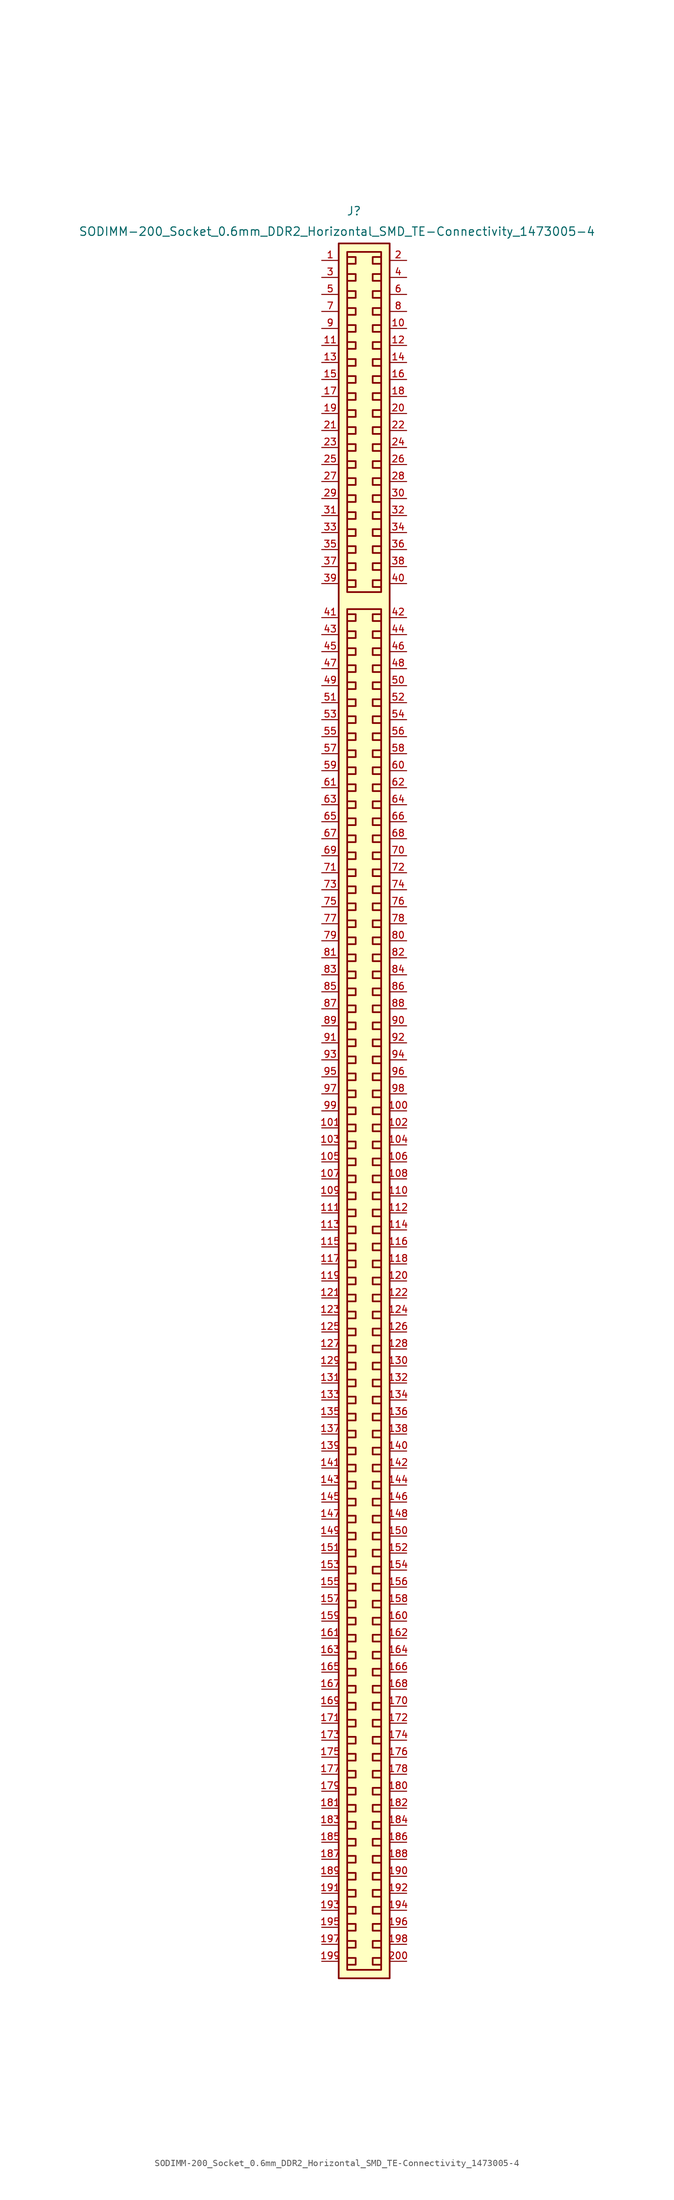
<source format=kicad_sym>
(kicad_symbol_lib
  (version 20241209)
  (generator "kicad_symbol_editor")
  (generator_version "9.0")
  (symbol "SODIMM-200_Socket_0.6mm_DDR2_Horizontal_SMD_TE-Connectivity_1473005-4"
    (pin_names
      (offset 1.27)
      (hide yes))
    (property "Reference" "J"
      (at -5.334 68.326 0)
      (effects (font (size 1.27 1.27))))
    (property "Value" "SODIMM-200_Socket_0.6mm_DDR2_Horizontal_SMD_TE-Connectivity_1473005-4"
      (at -7.874 65.278 0)
      (effects (font (size 1.27 1.27))))
    (symbol "SODIMM-200_Socket_0.6mm_DDR2_Horizontal_SMD_TE-Connectivity_1473005-4_1_1"
      (rectangle (start -6.35 62.23) (end -1.27 11.43) (stroke (width 0.254) (type default)) (fill (type none)))
      (polyline (pts (xy -6.35 61.468) (xy -5.08 61.468) (xy -5.08 60.452) (xy -6.35 60.452)) (stroke (width 0.254) (type default)) (fill (type none)))
      (polyline (pts (xy -6.35 58.928) (xy -5.08 58.928) (xy -5.08 57.912) (xy -6.35 57.912)) (stroke (width 0.254) (type default)) (fill (type none)))
      (polyline (pts (xy -6.35 56.388) (xy -5.08 56.388) (xy -5.08 55.372) (xy -6.35 55.372)) (stroke (width 0.254) (type default)) (fill (type none)))
      (polyline (pts (xy -6.35 53.848) (xy -5.08 53.848) (xy -5.08 52.832) (xy -6.35 52.832)) (stroke (width 0.254) (type default)) (fill (type none)))
      (polyline (pts (xy -6.35 51.308) (xy -5.08 51.308) (xy -5.08 50.292) (xy -6.35 50.292)) (stroke (width 0.254) (type default)) (fill (type none)))
      (polyline (pts (xy -6.35 48.768) (xy -5.08 48.768) (xy -5.08 47.752) (xy -6.35 47.752)) (stroke (width 0.254) (type default)) (fill (type none)))
      (polyline (pts (xy -6.35 46.228) (xy -5.08 46.228) (xy -5.08 45.212) (xy -6.35 45.212)) (stroke (width 0.254) (type default)) (fill (type none)))
      (polyline (pts (xy -6.35 43.688) (xy -5.08 43.688) (xy -5.08 42.672) (xy -6.35 42.672)) (stroke (width 0.254) (type default)) (fill (type none)))
      (polyline (pts (xy -6.35 41.148) (xy -5.08 41.148) (xy -5.08 40.132) (xy -6.35 40.132)) (stroke (width 0.254) (type default)) (fill (type none)))
      (polyline (pts (xy -6.35 38.608) (xy -5.08 38.608) (xy -5.08 37.592) (xy -6.35 37.592)) (stroke (width 0.254) (type default)) (fill (type none)))
      (polyline (pts (xy -6.35 36.068) (xy -5.08 36.068) (xy -5.08 35.052) (xy -6.35 35.052)) (stroke (width 0.254) (type default)) (fill (type none)))
      (polyline (pts (xy -6.35 33.528) (xy -5.08 33.528) (xy -5.08 32.512) (xy -6.35 32.512)) (stroke (width 0.254) (type default)) (fill (type none)))
      (polyline (pts (xy -6.35 30.988) (xy -5.08 30.988) (xy -5.08 29.972) (xy -6.35 29.972)) (stroke (width 0.254) (type default)) (fill (type none)))
      (polyline (pts (xy -6.35 28.448) (xy -5.08 28.448) (xy -5.08 27.432) (xy -6.35 27.432)) (stroke (width 0.254) (type default)) (fill (type none)))
      (polyline (pts (xy -6.35 25.908) (xy -5.08 25.908) (xy -5.08 24.892) (xy -6.35 24.892)) (stroke (width 0.254) (type default)) (fill (type none)))
      (polyline (pts (xy -6.35 23.368) (xy -5.08 23.368) (xy -5.08 22.352) (xy -6.35 22.352)) (stroke (width 0.254) (type default)) (fill (type none)))
      (polyline (pts (xy -6.35 20.828) (xy -5.08 20.828) (xy -5.08 19.812) (xy -6.35 19.812)) (stroke (width 0.254) (type default)) (fill (type none)))
      (polyline (pts (xy -6.35 18.288) (xy -5.08 18.288) (xy -5.08 17.272) (xy -6.35 17.272)) (stroke (width 0.254) (type default)) (fill (type none)))
      (polyline (pts (xy -6.35 15.748) (xy -5.08 15.748) (xy -5.08 14.732) (xy -6.35 14.732)) (stroke (width 0.254) (type default)) (fill (type none)))
      (polyline (pts (xy -6.35 13.208) (xy -5.08 13.208) (xy -5.08 12.192) (xy -6.35 12.192)) (stroke (width 0.254) (type default)) (fill (type none)))
      (rectangle (start -6.35 8.89) (end -1.27 -194.31) (stroke (width 0.254) (type default)) (fill (type none)))
      (polyline (pts (xy -6.35 8.128) (xy -5.08 8.128) (xy -5.08 7.112) (xy -6.35 7.112)) (stroke (width 0.254) (type default)) (fill (type none)))
      (polyline (pts (xy -6.35 5.588) (xy -5.08 5.588) (xy -5.08 4.572) (xy -6.35 4.572)) (stroke (width 0.254) (type default)) (fill (type none)))
      (polyline (pts (xy -6.35 3.048) (xy -5.08 3.048) (xy -5.08 2.032) (xy -6.35 2.032)) (stroke (width 0.254) (type default)) (fill (type none)))
      (polyline (pts (xy -6.35 0.508) (xy -5.08 0.508) (xy -5.08 -0.508) (xy -6.35 -0.508)) (stroke (width 0.254) (type default)) (fill (type none)))
      (polyline (pts (xy -6.35 -2.032) (xy -5.08 -2.032) (xy -5.08 -3.048) (xy -6.35 -3.048)) (stroke (width 0.254) (type default)) (fill (type none)))
      (polyline (pts (xy -6.35 -4.572) (xy -5.08 -4.572) (xy -5.08 -5.588) (xy -6.35 -5.588)) (stroke (width 0.254) (type default)) (fill (type none)))
      (polyline (pts (xy -6.35 -7.112) (xy -5.08 -7.112) (xy -5.08 -8.128) (xy -6.35 -8.128)) (stroke (width 0.254) (type default)) (fill (type none)))
      (polyline (pts (xy -6.35 -9.652) (xy -5.08 -9.652) (xy -5.08 -10.668) (xy -6.35 -10.668)) (stroke (width 0.254) (type default)) (fill (type none)))
      (polyline (pts (xy -6.35 -12.192) (xy -5.08 -12.192) (xy -5.08 -13.208) (xy -6.35 -13.208)) (stroke (width 0.254) (type default)) (fill (type none)))
      (polyline (pts (xy -6.35 -14.732) (xy -5.08 -14.732) (xy -5.08 -15.748) (xy -6.35 -15.748)) (stroke (width 0.254) (type default)) (fill (type none)))
      (polyline (pts (xy -6.35 -17.272) (xy -5.08 -17.272) (xy -5.08 -18.288) (xy -6.35 -18.288)) (stroke (width 0.254) (type default)) (fill (type none)))
      (polyline (pts (xy -6.35 -19.812) (xy -5.08 -19.812) (xy -5.08 -20.828) (xy -6.35 -20.828)) (stroke (width 0.254) (type default)) (fill (type none)))
      (polyline (pts (xy -6.35 -22.352) (xy -5.08 -22.352) (xy -5.08 -23.368) (xy -6.35 -23.368)) (stroke (width 0.254) (type default)) (fill (type none)))
      (polyline (pts (xy -6.35 -24.892) (xy -5.08 -24.892) (xy -5.08 -25.908) (xy -6.35 -25.908)) (stroke (width 0.254) (type default)) (fill (type none)))
      (polyline (pts (xy -6.35 -27.432) (xy -5.08 -27.432) (xy -5.08 -28.448) (xy -6.35 -28.448)) (stroke (width 0.254) (type default)) (fill (type none)))
      (polyline (pts (xy -6.35 -29.972) (xy -5.08 -29.972) (xy -5.08 -30.988) (xy -6.35 -30.988)) (stroke (width 0.254) (type default)) (fill (type none)))
      (polyline (pts (xy -6.35 -32.512) (xy -5.08 -32.512) (xy -5.08 -33.528) (xy -6.35 -33.528)) (stroke (width 0.254) (type default)) (fill (type none)))
      (polyline (pts (xy -6.35 -35.052) (xy -5.08 -35.052) (xy -5.08 -36.068) (xy -6.35 -36.068)) (stroke (width 0.254) (type default)) (fill (type none)))
      (polyline (pts (xy -6.35 -37.592) (xy -5.08 -37.592) (xy -5.08 -38.608) (xy -6.35 -38.608)) (stroke (width 0.254) (type default)) (fill (type none)))
      (polyline (pts (xy -6.35 -40.132) (xy -5.08 -40.132) (xy -5.08 -41.148) (xy -6.35 -41.148)) (stroke (width 0.254) (type default)) (fill (type none)))
      (polyline (pts (xy -6.35 -42.672) (xy -5.08 -42.672) (xy -5.08 -43.688) (xy -6.35 -43.688)) (stroke (width 0.254) (type default)) (fill (type none)))
      (polyline (pts (xy -6.35 -45.212) (xy -5.08 -45.212) (xy -5.08 -46.228) (xy -6.35 -46.228)) (stroke (width 0.254) (type default)) (fill (type none)))
      (polyline (pts (xy -6.35 -47.752) (xy -5.08 -47.752) (xy -5.08 -48.768) (xy -6.35 -48.768)) (stroke (width 0.254) (type default)) (fill (type none)))
      (polyline (pts (xy -6.35 -50.292) (xy -5.08 -50.292) (xy -5.08 -51.308) (xy -6.35 -51.308)) (stroke (width 0.254) (type default)) (fill (type none)))
      (polyline (pts (xy -6.35 -52.832) (xy -5.08 -52.832) (xy -5.08 -53.848) (xy -6.35 -53.848)) (stroke (width 0.254) (type default)) (fill (type none)))
      (polyline (pts (xy -6.35 -55.372) (xy -5.08 -55.372) (xy -5.08 -56.388) (xy -6.35 -56.388)) (stroke (width 0.254) (type default)) (fill (type none)))
      (polyline (pts (xy -6.35 -57.912) (xy -5.08 -57.912) (xy -5.08 -58.928) (xy -6.35 -58.928)) (stroke (width 0.254) (type default)) (fill (type none)))
      (polyline (pts (xy -6.35 -60.452) (xy -5.08 -60.452) (xy -5.08 -61.468) (xy -6.35 -61.468)) (stroke (width 0.254) (type default)) (fill (type none)))
      (polyline (pts (xy -6.35 -62.992) (xy -5.08 -62.992) (xy -5.08 -64.008) (xy -6.35 -64.008)) (stroke (width 0.254) (type default)) (fill (type none)))
      (polyline (pts (xy -6.35 -65.532) (xy -5.08 -65.532) (xy -5.08 -66.548) (xy -6.35 -66.548)) (stroke (width 0.254) (type default)) (fill (type none)))
      (polyline (pts (xy -6.35 -68.072) (xy -5.08 -68.072) (xy -5.08 -69.088) (xy -6.35 -69.088)) (stroke (width 0.254) (type default)) (fill (type none)))
      (polyline (pts (xy -6.35 -70.612) (xy -5.08 -70.612) (xy -5.08 -71.628) (xy -6.35 -71.628)) (stroke (width 0.254) (type default)) (fill (type none)))
      (polyline (pts (xy -6.35 -73.152) (xy -5.08 -73.152) (xy -5.08 -74.168) (xy -6.35 -74.168)) (stroke (width 0.254) (type default)) (fill (type none)))
      (polyline (pts (xy -6.35 -75.692) (xy -5.08 -75.692) (xy -5.08 -76.708) (xy -6.35 -76.708)) (stroke (width 0.254) (type default)) (fill (type none)))
      (polyline (pts (xy -6.35 -78.232) (xy -5.08 -78.232) (xy -5.08 -79.248) (xy -6.35 -79.248)) (stroke (width 0.254) (type default)) (fill (type none)))
      (polyline (pts (xy -6.35 -80.772) (xy -5.08 -80.772) (xy -5.08 -81.788) (xy -6.35 -81.788)) (stroke (width 0.254) (type default)) (fill (type none)))
      (polyline (pts (xy -6.35 -83.312) (xy -5.08 -83.312) (xy -5.08 -84.328) (xy -6.35 -84.328)) (stroke (width 0.254) (type default)) (fill (type none)))
      (polyline (pts (xy -6.35 -85.852) (xy -5.08 -85.852) (xy -5.08 -86.868) (xy -6.35 -86.868)) (stroke (width 0.254) (type default)) (fill (type none)))
      (polyline (pts (xy -6.35 -88.392) (xy -5.08 -88.392) (xy -5.08 -89.408) (xy -6.35 -89.408)) (stroke (width 0.254) (type default)) (fill (type none)))
      (polyline (pts (xy -6.35 -90.932) (xy -5.08 -90.932) (xy -5.08 -91.948) (xy -6.35 -91.948)) (stroke (width 0.254) (type default)) (fill (type none)))
      (polyline (pts (xy -6.35 -93.472) (xy -5.08 -93.472) (xy -5.08 -94.488) (xy -6.35 -94.488)) (stroke (width 0.254) (type default)) (fill (type none)))
      (polyline (pts (xy -6.35 -96.012) (xy -5.08 -96.012) (xy -5.08 -97.028) (xy -6.35 -97.028)) (stroke (width 0.254) (type default)) (fill (type none)))
      (polyline (pts (xy -6.35 -98.552) (xy -5.08 -98.552) (xy -5.08 -99.568) (xy -6.35 -99.568)) (stroke (width 0.254) (type default)) (fill (type none)))
      (polyline (pts (xy -6.35 -101.092) (xy -5.08 -101.092) (xy -5.08 -102.108) (xy -6.35 -102.108)) (stroke (width 0.254) (type default)) (fill (type none)))
      (polyline (pts (xy -6.35 -103.632) (xy -5.08 -103.632) (xy -5.08 -104.648) (xy -6.35 -104.648)) (stroke (width 0.254) (type default)) (fill (type none)))
      (polyline (pts (xy -6.35 -106.172) (xy -5.08 -106.172) (xy -5.08 -107.188) (xy -6.35 -107.188)) (stroke (width 0.254) (type default)) (fill (type none)))
      (polyline (pts (xy -6.35 -108.712) (xy -5.08 -108.712) (xy -5.08 -109.728) (xy -6.35 -109.728)) (stroke (width 0.254) (type default)) (fill (type none)))
      (polyline (pts (xy -6.35 -111.252) (xy -5.08 -111.252) (xy -5.08 -112.268) (xy -6.35 -112.268)) (stroke (width 0.254) (type default)) (fill (type none)))
      (polyline (pts (xy -6.35 -113.792) (xy -5.08 -113.792) (xy -5.08 -114.808) (xy -6.35 -114.808)) (stroke (width 0.254) (type default)) (fill (type none)))
      (polyline (pts (xy -6.35 -116.332) (xy -5.08 -116.332) (xy -5.08 -117.348) (xy -6.35 -117.348)) (stroke (width 0.254) (type default)) (fill (type none)))
      (polyline (pts (xy -6.35 -118.872) (xy -5.08 -118.872) (xy -5.08 -119.888) (xy -6.35 -119.888)) (stroke (width 0.254) (type default)) (fill (type none)))
      (polyline (pts (xy -6.35 -121.412) (xy -5.08 -121.412) (xy -5.08 -122.428) (xy -6.35 -122.428)) (stroke (width 0.254) (type default)) (fill (type none)))
      (polyline (pts (xy -6.35 -123.952) (xy -5.08 -123.952) (xy -5.08 -124.968) (xy -6.35 -124.968)) (stroke (width 0.254) (type default)) (fill (type none)))
      (polyline (pts (xy -6.35 -126.492) (xy -5.08 -126.492) (xy -5.08 -127.508) (xy -6.35 -127.508)) (stroke (width 0.254) (type default)) (fill (type none)))
      (polyline (pts (xy -6.35 -129.032) (xy -5.08 -129.032) (xy -5.08 -130.048) (xy -6.35 -130.048)) (stroke (width 0.254) (type default)) (fill (type none)))
      (polyline (pts (xy -6.35 -131.572) (xy -5.08 -131.572) (xy -5.08 -132.588) (xy -6.35 -132.588)) (stroke (width 0.254) (type default)) (fill (type none)))
      (polyline (pts (xy -6.35 -134.112) (xy -5.08 -134.112) (xy -5.08 -135.128) (xy -6.35 -135.128)) (stroke (width 0.254) (type default)) (fill (type none)))
      (polyline (pts (xy -6.35 -136.652) (xy -5.08 -136.652) (xy -5.08 -137.668) (xy -6.35 -137.668)) (stroke (width 0.254) (type default)) (fill (type none)))
      (polyline (pts (xy -6.35 -139.192) (xy -5.08 -139.192) (xy -5.08 -140.208) (xy -6.35 -140.208)) (stroke (width 0.254) (type default)) (fill (type none)))
      (polyline (pts (xy -6.35 -141.732) (xy -5.08 -141.732) (xy -5.08 -142.748) (xy -6.35 -142.748)) (stroke (width 0.254) (type default)) (fill (type none)))
      (polyline (pts (xy -6.35 -144.272) (xy -5.08 -144.272) (xy -5.08 -145.288) (xy -6.35 -145.288)) (stroke (width 0.254) (type default)) (fill (type none)))
      (polyline (pts (xy -6.35 -146.812) (xy -5.08 -146.812) (xy -5.08 -147.828) (xy -6.35 -147.828)) (stroke (width 0.254) (type default)) (fill (type none)))
      (polyline (pts (xy -6.35 -149.352) (xy -5.08 -149.352) (xy -5.08 -150.368) (xy -6.35 -150.368)) (stroke (width 0.254) (type default)) (fill (type none)))
      (polyline (pts (xy -6.35 -151.892) (xy -5.08 -151.892) (xy -5.08 -152.908) (xy -6.35 -152.908)) (stroke (width 0.254) (type default)) (fill (type none)))
      (polyline (pts (xy -6.35 -154.432) (xy -5.08 -154.432) (xy -5.08 -155.448) (xy -6.35 -155.448)) (stroke (width 0.254) (type default)) (fill (type none)))
      (polyline (pts (xy -6.35 -156.972) (xy -5.08 -156.972) (xy -5.08 -157.988) (xy -6.35 -157.988)) (stroke (width 0.254) (type default)) (fill (type none)))
      (polyline (pts (xy -6.35 -159.512) (xy -5.08 -159.512) (xy -5.08 -160.528) (xy -6.35 -160.528)) (stroke (width 0.254) (type default)) (fill (type none)))
      (polyline (pts (xy -6.35 -162.052) (xy -5.08 -162.052) (xy -5.08 -163.068) (xy -6.35 -163.068)) (stroke (width 0.254) (type default)) (fill (type none)))
      (polyline (pts (xy -6.35 -164.592) (xy -5.08 -164.592) (xy -5.08 -165.608) (xy -6.35 -165.608)) (stroke (width 0.254) (type default)) (fill (type none)))
      (polyline (pts (xy -6.35 -167.132) (xy -5.08 -167.132) (xy -5.08 -168.148) (xy -6.35 -168.148)) (stroke (width 0.254) (type default)) (fill (type none)))
      (polyline (pts (xy -6.35 -169.672) (xy -5.08 -169.672) (xy -5.08 -170.688) (xy -6.35 -170.688)) (stroke (width 0.254) (type default)) (fill (type none)))
      (polyline (pts (xy -6.35 -172.212) (xy -5.08 -172.212) (xy -5.08 -173.228) (xy -6.35 -173.228)) (stroke (width 0.254) (type default)) (fill (type none)))
      (polyline (pts (xy -6.35 -174.752) (xy -5.08 -174.752) (xy -5.08 -175.768) (xy -6.35 -175.768)) (stroke (width 0.254) (type default)) (fill (type none)))
      (polyline (pts (xy -6.35 -177.292) (xy -5.08 -177.292) (xy -5.08 -178.308) (xy -6.35 -178.308)) (stroke (width 0.254) (type default)) (fill (type none)))
      (polyline (pts (xy -6.35 -179.832) (xy -5.08 -179.832) (xy -5.08 -180.848) (xy -6.35 -180.848)) (stroke (width 0.254) (type default)) (fill (type none)))
      (polyline (pts (xy -6.35 -182.372) (xy -5.08 -182.372) (xy -5.08 -183.388) (xy -6.35 -183.388)) (stroke (width 0.254) (type default)) (fill (type none)))
      (polyline (pts (xy -6.35 -184.912) (xy -5.08 -184.912) (xy -5.08 -185.928) (xy -6.35 -185.928)) (stroke (width 0.254) (type default)) (fill (type none)))
      (polyline (pts (xy -6.35 -187.452) (xy -5.08 -187.452) (xy -5.08 -188.468) (xy -6.35 -188.468)) (stroke (width 0.254) (type default)) (fill (type none)))
      (polyline (pts (xy -6.35 -189.992) (xy -5.08 -189.992) (xy -5.08 -191.008) (xy -6.35 -191.008)) (stroke (width 0.254) (type default)) (fill (type none)))
      (polyline (pts (xy -6.35 -192.532) (xy -5.08 -192.532) (xy -5.08 -193.548) (xy -6.35 -193.548)) (stroke (width 0.254) (type default)) (fill (type none)))
      (polyline (pts (xy -1.27 61.468) (xy -2.54 61.468) (xy -2.54 60.452) (xy -1.27 60.452)) (stroke (width 0.254) (type default)) (fill (type none)))
      (polyline (pts (xy -1.27 58.928) (xy -2.54 58.928) (xy -2.54 57.912) (xy -1.27 57.912)) (stroke (width 0.254) (type default)) (fill (type none)))
      (polyline (pts (xy -1.27 56.388) (xy -2.54 56.388) (xy -2.54 55.372) (xy -1.27 55.372)) (stroke (width 0.254) (type default)) (fill (type none)))
      (polyline (pts (xy -1.27 53.848) (xy -2.54 53.848) (xy -2.54 52.832) (xy -1.27 52.832)) (stroke (width 0.254) (type default)) (fill (type none)))
      (polyline (pts (xy -1.27 51.308) (xy -2.54 51.308) (xy -2.54 50.292) (xy -1.27 50.292)) (stroke (width 0.254) (type default)) (fill (type none)))
      (polyline (pts (xy -1.27 48.768) (xy -2.54 48.768) (xy -2.54 47.752) (xy -1.27 47.752)) (stroke (width 0.254) (type default)) (fill (type none)))
      (polyline (pts (xy -1.27 46.228) (xy -2.54 46.228) (xy -2.54 45.212) (xy -1.27 45.212)) (stroke (width 0.254) (type default)) (fill (type none)))
      (polyline (pts (xy -1.27 43.688) (xy -2.54 43.688) (xy -2.54 42.672) (xy -1.27 42.672)) (stroke (width 0.254) (type default)) (fill (type none)))
      (polyline (pts (xy -1.27 41.148) (xy -2.54 41.148) (xy -2.54 40.132) (xy -1.27 40.132)) (stroke (width 0.254) (type default)) (fill (type none)))
      (polyline (pts (xy -1.27 38.608) (xy -2.54 38.608) (xy -2.54 37.592) (xy -1.27 37.592)) (stroke (width 0.254) (type default)) (fill (type none)))
      (polyline (pts (xy -1.27 36.068) (xy -2.54 36.068) (xy -2.54 35.052) (xy -1.27 35.052)) (stroke (width 0.254) (type default)) (fill (type none)))
      (polyline (pts (xy -1.27 33.528) (xy -2.54 33.528) (xy -2.54 32.512) (xy -1.27 32.512)) (stroke (width 0.254) (type default)) (fill (type none)))
      (polyline (pts (xy -1.27 30.988) (xy -2.54 30.988) (xy -2.54 29.972) (xy -1.27 29.972)) (stroke (width 0.254) (type default)) (fill (type none)))
      (polyline (pts (xy -1.27 28.448) (xy -2.54 28.448) (xy -2.54 27.432) (xy -1.27 27.432)) (stroke (width 0.254) (type default)) (fill (type none)))
      (polyline (pts (xy -1.27 25.908) (xy -2.54 25.908) (xy -2.54 24.892) (xy -1.27 24.892)) (stroke (width 0.254) (type default)) (fill (type none)))
      (polyline (pts (xy -1.27 23.368) (xy -2.54 23.368) (xy -2.54 22.352) (xy -1.27 22.352)) (stroke (width 0.254) (type default)) (fill (type none)))
      (polyline (pts (xy -1.27 20.828) (xy -2.54 20.828) (xy -2.54 19.812) (xy -1.27 19.812)) (stroke (width 0.254) (type default)) (fill (type none)))
      (polyline (pts (xy -1.27 18.288) (xy -2.54 18.288) (xy -2.54 17.272) (xy -1.27 17.272)) (stroke (width 0.254) (type default)) (fill (type none)))
      (polyline (pts (xy -1.27 15.748) (xy -2.54 15.748) (xy -2.54 14.732) (xy -1.27 14.732)) (stroke (width 0.254) (type default)) (fill (type none)))
      (polyline (pts (xy -1.27 13.208) (xy -2.54 13.208) (xy -2.54 12.192) (xy -1.27 12.192)) (stroke (width 0.254) (type default)) (fill (type none)))
      (polyline (pts (xy -1.27 8.128) (xy -2.54 8.128) (xy -2.54 7.112) (xy -1.27 7.112)) (stroke (width 0.254) (type default)) (fill (type none)))
      (polyline (pts (xy -1.27 5.588) (xy -2.54 5.588) (xy -2.54 4.572) (xy -1.27 4.572)) (stroke (width 0.254) (type default)) (fill (type none)))
      (polyline (pts (xy -1.27 3.048) (xy -2.54 3.048) (xy -2.54 2.032) (xy -1.27 2.032)) (stroke (width 0.254) (type default)) (fill (type none)))
      (polyline (pts (xy -1.27 0.508) (xy -2.54 0.508) (xy -2.54 -0.508) (xy -1.27 -0.508)) (stroke (width 0.254) (type default)) (fill (type none)))
      (polyline (pts (xy -1.27 -2.032) (xy -2.54 -2.032) (xy -2.54 -3.048) (xy -1.27 -3.048)) (stroke (width 0.254) (type default)) (fill (type none)))
      (polyline (pts (xy -1.27 -4.572) (xy -2.54 -4.572) (xy -2.54 -5.588) (xy -1.27 -5.588)) (stroke (width 0.254) (type default)) (fill (type none)))
      (polyline (pts (xy -1.27 -7.112) (xy -2.54 -7.112) (xy -2.54 -8.128) (xy -1.27 -8.128)) (stroke (width 0.254) (type default)) (fill (type none)))
      (polyline (pts (xy -1.27 -9.652) (xy -2.54 -9.652) (xy -2.54 -10.668) (xy -1.27 -10.668)) (stroke (width 0.254) (type default)) (fill (type none)))
      (polyline (pts (xy -1.27 -12.192) (xy -2.54 -12.192) (xy -2.54 -13.208) (xy -1.27 -13.208)) (stroke (width 0.254) (type default)) (fill (type none)))
      (polyline (pts (xy -1.27 -14.732) (xy -2.54 -14.732) (xy -2.54 -15.748) (xy -1.27 -15.748)) (stroke (width 0.254) (type default)) (fill (type none)))
      (polyline (pts (xy -1.27 -17.272) (xy -2.54 -17.272) (xy -2.54 -18.288) (xy -1.27 -18.288)) (stroke (width 0.254) (type default)) (fill (type none)))
      (polyline (pts (xy -1.27 -19.812) (xy -2.54 -19.812) (xy -2.54 -20.828) (xy -1.27 -20.828)) (stroke (width 0.254) (type default)) (fill (type none)))
      (polyline (pts (xy -1.27 -22.352) (xy -2.54 -22.352) (xy -2.54 -23.368) (xy -1.27 -23.368)) (stroke (width 0.254) (type default)) (fill (type none)))
      (polyline (pts (xy -1.27 -24.892) (xy -2.54 -24.892) (xy -2.54 -25.908) (xy -1.27 -25.908)) (stroke (width 0.254) (type default)) (fill (type none)))
      (polyline (pts (xy -1.27 -27.432) (xy -2.54 -27.432) (xy -2.54 -28.448) (xy -1.27 -28.448)) (stroke (width 0.254) (type default)) (fill (type none)))
      (polyline (pts (xy -1.27 -29.972) (xy -2.54 -29.972) (xy -2.54 -30.988) (xy -1.27 -30.988)) (stroke (width 0.254) (type default)) (fill (type none)))
      (polyline (pts (xy -1.27 -32.512) (xy -2.54 -32.512) (xy -2.54 -33.528) (xy -1.27 -33.528)) (stroke (width 0.254) (type default)) (fill (type none)))
      (polyline (pts (xy -1.27 -35.052) (xy -2.54 -35.052) (xy -2.54 -36.068) (xy -1.27 -36.068)) (stroke (width 0.254) (type default)) (fill (type none)))
      (polyline (pts (xy -1.27 -37.592) (xy -2.54 -37.592) (xy -2.54 -38.608) (xy -1.27 -38.608)) (stroke (width 0.254) (type default)) (fill (type none)))
      (polyline (pts (xy -1.27 -40.132) (xy -2.54 -40.132) (xy -2.54 -41.148) (xy -1.27 -41.148)) (stroke (width 0.254) (type default)) (fill (type none)))
      (polyline (pts (xy -1.27 -42.672) (xy -2.54 -42.672) (xy -2.54 -43.688) (xy -1.27 -43.688)) (stroke (width 0.254) (type default)) (fill (type none)))
      (polyline (pts (xy -1.27 -45.212) (xy -2.54 -45.212) (xy -2.54 -46.228) (xy -1.27 -46.228)) (stroke (width 0.254) (type default)) (fill (type none)))
      (polyline (pts (xy -1.27 -47.752) (xy -2.54 -47.752) (xy -2.54 -48.768) (xy -1.27 -48.768)) (stroke (width 0.254) (type default)) (fill (type none)))
      (polyline (pts (xy -1.27 -50.292) (xy -2.54 -50.292) (xy -2.54 -51.308) (xy -1.27 -51.308)) (stroke (width 0.254) (type default)) (fill (type none)))
      (polyline (pts (xy -1.27 -52.832) (xy -2.54 -52.832) (xy -2.54 -53.848) (xy -1.27 -53.848)) (stroke (width 0.254) (type default)) (fill (type none)))
      (polyline (pts (xy -1.27 -55.372) (xy -2.54 -55.372) (xy -2.54 -56.388) (xy -1.27 -56.388)) (stroke (width 0.254) (type default)) (fill (type none)))
      (polyline (pts (xy -1.27 -57.912) (xy -2.54 -57.912) (xy -2.54 -58.928) (xy -1.27 -58.928)) (stroke (width 0.254) (type default)) (fill (type none)))
      (polyline (pts (xy -1.27 -60.452) (xy -2.54 -60.452) (xy -2.54 -61.468) (xy -1.27 -61.468)) (stroke (width 0.254) (type default)) (fill (type none)))
      (polyline (pts (xy -1.27 -62.992) (xy -2.54 -62.992) (xy -2.54 -64.008) (xy -1.27 -64.008)) (stroke (width 0.254) (type default)) (fill (type none)))
      (polyline (pts (xy -1.27 -65.532) (xy -2.54 -65.532) (xy -2.54 -66.548) (xy -1.27 -66.548)) (stroke (width 0.254) (type default)) (fill (type none)))
      (polyline (pts (xy -1.27 -68.072) (xy -2.54 -68.072) (xy -2.54 -69.088) (xy -1.27 -69.088)) (stroke (width 0.254) (type default)) (fill (type none)))
      (polyline (pts (xy -1.27 -70.612) (xy -2.54 -70.612) (xy -2.54 -71.628) (xy -1.27 -71.628)) (stroke (width 0.254) (type default)) (fill (type none)))
      (polyline (pts (xy -1.27 -73.152) (xy -2.54 -73.152) (xy -2.54 -74.168) (xy -1.27 -74.168)) (stroke (width 0.254) (type default)) (fill (type none)))
      (polyline (pts (xy -1.27 -75.692) (xy -2.54 -75.692) (xy -2.54 -76.708) (xy -1.27 -76.708)) (stroke (width 0.254) (type default)) (fill (type none)))
      (polyline (pts (xy -1.27 -78.232) (xy -2.54 -78.232) (xy -2.54 -79.248) (xy -1.27 -79.248)) (stroke (width 0.254) (type default)) (fill (type none)))
      (polyline (pts (xy -1.27 -80.772) (xy -2.54 -80.772) (xy -2.54 -81.788) (xy -1.27 -81.788)) (stroke (width 0.254) (type default)) (fill (type none)))
      (polyline (pts (xy -1.27 -83.312) (xy -2.54 -83.312) (xy -2.54 -84.328) (xy -1.27 -84.328)) (stroke (width 0.254) (type default)) (fill (type none)))
      (polyline (pts (xy -1.27 -85.852) (xy -2.54 -85.852) (xy -2.54 -86.868) (xy -1.27 -86.868)) (stroke (width 0.254) (type default)) (fill (type none)))
      (polyline (pts (xy -1.27 -88.392) (xy -2.54 -88.392) (xy -2.54 -89.408) (xy -1.27 -89.408)) (stroke (width 0.254) (type default)) (fill (type none)))
      (polyline (pts (xy -1.27 -90.932) (xy -2.54 -90.932) (xy -2.54 -91.948) (xy -1.27 -91.948)) (stroke (width 0.254) (type default)) (fill (type none)))
      (polyline (pts (xy -1.27 -93.472) (xy -2.54 -93.472) (xy -2.54 -94.488) (xy -1.27 -94.488)) (stroke (width 0.254) (type default)) (fill (type none)))
      (polyline (pts (xy -1.27 -96.012) (xy -2.54 -96.012) (xy -2.54 -97.028) (xy -1.27 -97.028)) (stroke (width 0.254) (type default)) (fill (type none)))
      (polyline (pts (xy -1.27 -98.552) (xy -2.54 -98.552) (xy -2.54 -99.568) (xy -1.27 -99.568)) (stroke (width 0.254) (type default)) (fill (type none)))
      (polyline (pts (xy -1.27 -101.092) (xy -2.54 -101.092) (xy -2.54 -102.108) (xy -1.27 -102.108)) (stroke (width 0.254) (type default)) (fill (type none)))
      (polyline (pts (xy -1.27 -103.632) (xy -2.54 -103.632) (xy -2.54 -104.648) (xy -1.27 -104.648)) (stroke (width 0.254) (type default)) (fill (type none)))
      (polyline (pts (xy -1.27 -106.172) (xy -2.54 -106.172) (xy -2.54 -107.188) (xy -1.27 -107.188)) (stroke (width 0.254) (type default)) (fill (type none)))
      (polyline (pts (xy -1.27 -108.712) (xy -2.54 -108.712) (xy -2.54 -109.728) (xy -1.27 -109.728)) (stroke (width 0.254) (type default)) (fill (type none)))
      (polyline (pts (xy -1.27 -111.252) (xy -2.54 -111.252) (xy -2.54 -112.268) (xy -1.27 -112.268)) (stroke (width 0.254) (type default)) (fill (type none)))
      (polyline (pts (xy -1.27 -113.792) (xy -2.54 -113.792) (xy -2.54 -114.808) (xy -1.27 -114.808)) (stroke (width 0.254) (type default)) (fill (type none)))
      (polyline (pts (xy -1.27 -116.332) (xy -2.54 -116.332) (xy -2.54 -117.348) (xy -1.27 -117.348)) (stroke (width 0.254) (type default)) (fill (type none)))
      (polyline (pts (xy -1.27 -118.872) (xy -2.54 -118.872) (xy -2.54 -119.888) (xy -1.27 -119.888)) (stroke (width 0.254) (type default)) (fill (type none)))
      (polyline (pts (xy -1.27 -121.412) (xy -2.54 -121.412) (xy -2.54 -122.428) (xy -1.27 -122.428)) (stroke (width 0.254) (type default)) (fill (type none)))
      (polyline (pts (xy -1.27 -123.952) (xy -2.54 -123.952) (xy -2.54 -124.968) (xy -1.27 -124.968)) (stroke (width 0.254) (type default)) (fill (type none)))
      (polyline (pts (xy -1.27 -126.492) (xy -2.54 -126.492) (xy -2.54 -127.508) (xy -1.27 -127.508)) (stroke (width 0.254) (type default)) (fill (type none)))
      (polyline (pts (xy -1.27 -129.032) (xy -2.54 -129.032) (xy -2.54 -130.048) (xy -1.27 -130.048)) (stroke (width 0.254) (type default)) (fill (type none)))
      (polyline (pts (xy -1.27 -131.572) (xy -2.54 -131.572) (xy -2.54 -132.588) (xy -1.27 -132.588)) (stroke (width 0.254) (type default)) (fill (type none)))
      (polyline (pts (xy -1.27 -134.112) (xy -2.54 -134.112) (xy -2.54 -135.128) (xy -1.27 -135.128)) (stroke (width 0.254) (type default)) (fill (type none)))
      (polyline (pts (xy -1.27 -136.652) (xy -2.54 -136.652) (xy -2.54 -137.668) (xy -1.27 -137.668)) (stroke (width 0.254) (type default)) (fill (type none)))
      (polyline (pts (xy -1.27 -139.192) (xy -2.54 -139.192) (xy -2.54 -140.208) (xy -1.27 -140.208)) (stroke (width 0.254) (type default)) (fill (type none)))
      (polyline (pts (xy -1.27 -141.732) (xy -2.54 -141.732) (xy -2.54 -142.748) (xy -1.27 -142.748)) (stroke (width 0.254) (type default)) (fill (type none)))
      (polyline (pts (xy -1.27 -144.272) (xy -2.54 -144.272) (xy -2.54 -145.288) (xy -1.27 -145.288)) (stroke (width 0.254) (type default)) (fill (type none)))
      (polyline (pts (xy -1.27 -146.812) (xy -2.54 -146.812) (xy -2.54 -147.828) (xy -1.27 -147.828)) (stroke (width 0.254) (type default)) (fill (type none)))
      (polyline (pts (xy -1.27 -149.352) (xy -2.54 -149.352) (xy -2.54 -150.368) (xy -1.27 -150.368)) (stroke (width 0.254) (type default)) (fill (type none)))
      (polyline (pts (xy -1.27 -151.892) (xy -2.54 -151.892) (xy -2.54 -152.908) (xy -1.27 -152.908)) (stroke (width 0.254) (type default)) (fill (type none)))
      (polyline (pts (xy -1.27 -154.432) (xy -2.54 -154.432) (xy -2.54 -155.448) (xy -1.27 -155.448)) (stroke (width 0.254) (type default)) (fill (type none)))
      (polyline (pts (xy -1.27 -156.972) (xy -2.54 -156.972) (xy -2.54 -157.988) (xy -1.27 -157.988)) (stroke (width 0.254) (type default)) (fill (type none)))
      (polyline (pts (xy -1.27 -159.512) (xy -2.54 -159.512) (xy -2.54 -160.528) (xy -1.27 -160.528)) (stroke (width 0.254) (type default)) (fill (type none)))
      (polyline (pts (xy -1.27 -162.052) (xy -2.54 -162.052) (xy -2.54 -163.068) (xy -1.27 -163.068)) (stroke (width 0.254) (type default)) (fill (type none)))
      (polyline (pts (xy -1.27 -164.592) (xy -2.54 -164.592) (xy -2.54 -165.608) (xy -1.27 -165.608)) (stroke (width 0.254) (type default)) (fill (type none)))
      (polyline (pts (xy -1.27 -167.132) (xy -2.54 -167.132) (xy -2.54 -168.148) (xy -1.27 -168.148)) (stroke (width 0.254) (type default)) (fill (type none)))
      (polyline (pts (xy -1.27 -169.672) (xy -2.54 -169.672) (xy -2.54 -170.688) (xy -1.27 -170.688)) (stroke (width 0.254) (type default)) (fill (type none)))
      (polyline (pts (xy -1.27 -172.212) (xy -2.54 -172.212) (xy -2.54 -173.228) (xy -1.27 -173.228)) (stroke (width 0.254) (type default)) (fill (type none)))
      (polyline (pts (xy -1.27 -174.752) (xy -2.54 -174.752) (xy -2.54 -175.768) (xy -1.27 -175.768)) (stroke (width 0.254) (type default)) (fill (type none)))
      (polyline (pts (xy -1.27 -177.292) (xy -2.54 -177.292) (xy -2.54 -178.308) (xy -1.27 -178.308)) (stroke (width 0.254) (type default)) (fill (type none)))
      (polyline (pts (xy -1.27 -179.832) (xy -2.54 -179.832) (xy -2.54 -180.848) (xy -1.27 -180.848)) (stroke (width 0.254) (type default)) (fill (type none)))
      (polyline (pts (xy -1.27 -182.372) (xy -2.54 -182.372) (xy -2.54 -183.388) (xy -1.27 -183.388)) (stroke (width 0.254) (type default)) (fill (type none)))
      (polyline (pts (xy -1.27 -184.912) (xy -2.54 -184.912) (xy -2.54 -185.928) (xy -1.27 -185.928)) (stroke (width 0.254) (type default)) (fill (type none)))
      (polyline (pts (xy -1.27 -187.452) (xy -2.54 -187.452) (xy -2.54 -188.468) (xy -1.27 -188.468)) (stroke (width 0.254) (type default)) (fill (type none)))
      (polyline (pts (xy -1.27 -189.992) (xy -2.54 -189.992) (xy -2.54 -191.008) (xy -1.27 -191.008)) (stroke (width 0.254) (type default)) (fill (type none)))
      (polyline (pts (xy -1.27 -192.532) (xy -2.54 -192.532) (xy -2.54 -193.548) (xy -1.27 -193.548)) (stroke (width 0.254) (type default)) (fill (type none)))
      (rectangle (start 0 -195.58) (end -7.62 63.5) (stroke (width 0.254) (type default)) (fill (type background)))
      (pin passive line (at -10.16 60.96 0) (length 2.54) (name "1" (effects (font (size 1.016 1.016)))) (number "1" (effects (font (size 1.016 1.016)))))
      (pin passive line (at -10.16 58.42 0) (length 2.54) (name "3" (effects (font (size 1.016 1.016)))) (number "3" (effects (font (size 1.016 1.016)))))
      (pin passive line (at -10.16 55.88 0) (length 2.54) (name "5" (effects (font (size 1.016 1.016)))) (number "5" (effects (font (size 1.016 1.016)))))
      (pin passive line (at -10.16 53.34 0) (length 2.54) (name "7" (effects (font (size 1.016 1.016)))) (number "7" (effects (font (size 1.016 1.016)))))
      (pin passive line (at -10.16 50.8 0) (length 2.54) (name "9" (effects (font (size 1.016 1.016)))) (number "9" (effects (font (size 1.016 1.016)))))
      (pin passive line (at -10.16 48.26 0) (length 2.54) (name "11" (effects (font (size 1.016 1.016)))) (number "11" (effects (font (size 1.016 1.016)))))
      (pin passive line (at -10.16 45.72 0) (length 2.54) (name "13" (effects (font (size 1.016 1.016)))) (number "13" (effects (font (size 1.016 1.016)))))
      (pin passive line (at -10.16 43.18 0) (length 2.54) (name "15" (effects (font (size 1.016 1.016)))) (number "15" (effects (font (size 1.016 1.016)))))
      (pin passive line (at -10.16 40.64 0) (length 2.54) (name "17" (effects (font (size 1.016 1.016)))) (number "17" (effects (font (size 1.016 1.016)))))
      (pin passive line (at -10.16 38.1 0) (length 2.54) (name "19" (effects (font (size 1.016 1.016)))) (number "19" (effects (font (size 1.016 1.016)))))
      (pin passive line (at -10.16 35.56 0) (length 2.54) (name "21" (effects (font (size 1.016 1.016)))) (number "21" (effects (font (size 1.016 1.016)))))
      (pin passive line (at -10.16 33.02 0) (length 2.54) (name "23" (effects (font (size 1.016 1.016)))) (number "23" (effects (font (size 1.016 1.016)))))
      (pin passive line (at -10.16 30.48 0) (length 2.54) (name "25" (effects (font (size 1.016 1.016)))) (number "25" (effects (font (size 1.016 1.016)))))
      (pin passive line (at -10.16 27.94 0) (length 2.54) (name "27" (effects (font (size 1.016 1.016)))) (number "27" (effects (font (size 1.016 1.016)))))
      (pin passive line (at -10.16 25.4 0) (length 2.54) (name "29" (effects (font (size 1.016 1.016)))) (number "29" (effects (font (size 1.016 1.016)))))
      (pin passive line (at -10.16 22.86 0) (length 2.54) (name "31" (effects (font (size 1.016 1.016)))) (number "31" (effects (font (size 1.016 1.016)))))
      (pin passive line (at -10.16 20.32 0) (length 2.54) (name "33" (effects (font (size 1.016 1.016)))) (number "33" (effects (font (size 1.016 1.016)))))
      (pin passive line (at -10.16 17.78 0) (length 2.54) (name "35" (effects (font (size 1.016 1.016)))) (number "35" (effects (font (size 1.016 1.016)))))
      (pin passive line (at -10.16 15.24 0) (length 2.54) (name "37" (effects (font (size 1.016 1.016)))) (number "37" (effects (font (size 1.016 1.016)))))
      (pin passive line (at -10.16 12.7 0) (length 2.54) (name "39" (effects (font (size 1.016 1.016)))) (number "39" (effects (font (size 1.016 1.016)))))
      (pin passive line (at -10.16 7.62 0) (length 2.54) (name "41" (effects (font (size 1.016 1.016)))) (number "41" (effects (font (size 1.016 1.016)))))
      (pin passive line (at -10.16 5.08 0) (length 2.54) (name "43" (effects (font (size 1.016 1.016)))) (number "43" (effects (font (size 1.016 1.016)))))
      (pin passive line (at -10.16 2.54 0) (length 2.54) (name "45" (effects (font (size 1.016 1.016)))) (number "45" (effects (font (size 1.016 1.016)))))
      (pin passive line (at -10.16 0 0) (length 2.54) (name "47" (effects (font (size 1.016 1.016)))) (number "47" (effects (font (size 1.016 1.016)))))
      (pin passive line (at -10.16 -2.54 0) (length 2.54) (name "49" (effects (font (size 1.016 1.016)))) (number "49" (effects (font (size 1.016 1.016)))))
      (pin passive line (at -10.16 -5.08 0) (length 2.54) (name "51" (effects (font (size 1.016 1.016)))) (number "51" (effects (font (size 1.016 1.016)))))
      (pin passive line (at -10.16 -7.62 0) (length 2.54) (name "53" (effects (font (size 1.016 1.016)))) (number "53" (effects (font (size 1.016 1.016)))))
      (pin passive line (at -10.16 -10.16 0) (length 2.54) (name "55" (effects (font (size 1.016 1.016)))) (number "55" (effects (font (size 1.016 1.016)))))
      (pin passive line (at -10.16 -12.7 0) (length 2.54) (name "57" (effects (font (size 1.016 1.016)))) (number "57" (effects (font (size 1.016 1.016)))))
      (pin passive line (at -10.16 -15.24 0) (length 2.54) (name "59" (effects (font (size 1.016 1.016)))) (number "59" (effects (font (size 1.016 1.016)))))
      (pin passive line (at -10.16 -17.78 0) (length 2.54) (name "61" (effects (font (size 1.016 1.016)))) (number "61" (effects (font (size 1.016 1.016)))))
      (pin passive line (at -10.16 -20.32 0) (length 2.54) (name "63" (effects (font (size 1.016 1.016)))) (number "63" (effects (font (size 1.016 1.016)))))
      (pin passive line (at -10.16 -22.86 0) (length 2.54) (name "65" (effects (font (size 1.016 1.016)))) (number "65" (effects (font (size 1.016 1.016)))))
      (pin passive line (at -10.16 -25.4 0) (length 2.54) (name "67" (effects (font (size 1.016 1.016)))) (number "67" (effects (font (size 1.016 1.016)))))
      (pin passive line (at -10.16 -27.94 0) (length 2.54) (name "69" (effects (font (size 1.016 1.016)))) (number "69" (effects (font (size 1.016 1.016)))))
      (pin passive line (at -10.16 -30.48 0) (length 2.54) (name "71" (effects (font (size 1.016 1.016)))) (number "71" (effects (font (size 1.016 1.016)))))
      (pin passive line (at -10.16 -33.02 0) (length 2.54) (name "73" (effects (font (size 1.016 1.016)))) (number "73" (effects (font (size 1.016 1.016)))))
      (pin passive line (at -10.16 -35.56 0) (length 2.54) (name "75" (effects (font (size 1.016 1.016)))) (number "75" (effects (font (size 1.016 1.016)))))
      (pin passive line (at -10.16 -38.1 0) (length 2.54) (name "77" (effects (font (size 1.016 1.016)))) (number "77" (effects (font (size 1.016 1.016)))))
      (pin passive line (at -10.16 -40.64 0) (length 2.54) (name "79" (effects (font (size 1.016 1.016)))) (number "79" (effects (font (size 1.016 1.016)))))
      (pin passive line (at -10.16 -43.18 0) (length 2.54) (name "81" (effects (font (size 1.016 1.016)))) (number "81" (effects (font (size 1.016 1.016)))))
      (pin passive line (at -10.16 -45.72 0) (length 2.54) (name "83" (effects (font (size 1.016 1.016)))) (number "83" (effects (font (size 1.016 1.016)))))
      (pin passive line (at -10.16 -48.26 0) (length 2.54) (name "85" (effects (font (size 1.016 1.016)))) (number "85" (effects (font (size 1.016 1.016)))))
      (pin passive line (at -10.16 -50.8 0) (length 2.54) (name "87" (effects (font (size 1.016 1.016)))) (number "87" (effects (font (size 1.016 1.016)))))
      (pin passive line (at -10.16 -53.34 0) (length 2.54) (name "89" (effects (font (size 1.016 1.016)))) (number "89" (effects (font (size 1.016 1.016)))))
      (pin passive line (at -10.16 -55.88 0) (length 2.54) (name "91" (effects (font (size 1.016 1.016)))) (number "91" (effects (font (size 1.016 1.016)))))
      (pin passive line (at -10.16 -58.42 0) (length 2.54) (name "93" (effects (font (size 1.016 1.016)))) (number "93" (effects (font (size 1.016 1.016)))))
      (pin passive line (at -10.16 -60.96 0) (length 2.54) (name "95" (effects (font (size 1.016 1.016)))) (number "95" (effects (font (size 1.016 1.016)))))
      (pin passive line (at -10.16 -63.5 0) (length 2.54) (name "97" (effects (font (size 1.016 1.016)))) (number "97" (effects (font (size 1.016 1.016)))))
      (pin passive line (at -10.16 -66.04 0) (length 2.54) (name "99" (effects (font (size 1.016 1.016)))) (number "99" (effects (font (size 1.016 1.016)))))
      (pin passive line (at -10.16 -68.58 0) (length 2.54) (name "101" (effects (font (size 1.016 1.016)))) (number "101" (effects (font (size 1.016 1.016)))))
      (pin passive line (at -10.16 -71.12 0) (length 2.54) (name "103" (effects (font (size 1.016 1.016)))) (number "103" (effects (font (size 1.016 1.016)))))
      (pin passive line (at -10.16 -73.66 0) (length 2.54) (name "105" (effects (font (size 1.016 1.016)))) (number "105" (effects (font (size 1.016 1.016)))))
      (pin passive line (at -10.16 -76.2 0) (length 2.54) (name "107" (effects (font (size 1.016 1.016)))) (number "107" (effects (font (size 1.016 1.016)))))
      (pin passive line (at -10.16 -78.74 0) (length 2.54) (name "109" (effects (font (size 1.016 1.016)))) (number "109" (effects (font (size 1.016 1.016)))))
      (pin passive line (at -10.16 -81.28 0) (length 2.54) (name "111" (effects (font (size 1.016 1.016)))) (number "111" (effects (font (size 1.016 1.016)))))
      (pin passive line (at -10.16 -83.82 0) (length 2.54) (name "113" (effects (font (size 1.016 1.016)))) (number "113" (effects (font (size 1.016 1.016)))))
      (pin passive line (at -10.16 -86.36 0) (length 2.54) (name "115" (effects (font (size 1.016 1.016)))) (number "115" (effects (font (size 1.016 1.016)))))
      (pin passive line (at -10.16 -88.9 0) (length 2.54) (name "117" (effects (font (size 1.016 1.016)))) (number "117" (effects (font (size 1.016 1.016)))))
      (pin passive line (at -10.16 -91.44 0) (length 2.54) (name "119" (effects (font (size 1.016 1.016)))) (number "119" (effects (font (size 1.016 1.016)))))
      (pin passive line (at -10.16 -93.98 0) (length 2.54) (name "121" (effects (font (size 1.016 1.016)))) (number "121" (effects (font (size 1.016 1.016)))))
      (pin passive line (at -10.16 -96.52 0) (length 2.54) (name "123" (effects (font (size 1.016 1.016)))) (number "123" (effects (font (size 1.016 1.016)))))
      (pin passive line (at -10.16 -99.06 0) (length 2.54) (name "125" (effects (font (size 1.016 1.016)))) (number "125" (effects (font (size 1.016 1.016)))))
      (pin passive line (at -10.16 -101.6 0) (length 2.54) (name "127" (effects (font (size 1.016 1.016)))) (number "127" (effects (font (size 1.016 1.016)))))
      (pin passive line (at -10.16 -104.14 0) (length 2.54) (name "129" (effects (font (size 1.016 1.016)))) (number "129" (effects (font (size 1.016 1.016)))))
      (pin passive line (at -10.16 -106.68 0) (length 2.54) (name "131" (effects (font (size 1.016 1.016)))) (number "131" (effects (font (size 1.016 1.016)))))
      (pin passive line (at -10.16 -109.22 0) (length 2.54) (name "133" (effects (font (size 1.016 1.016)))) (number "133" (effects (font (size 1.016 1.016)))))
      (pin passive line (at -10.16 -111.76 0) (length 2.54) (name "135" (effects (font (size 1.016 1.016)))) (number "135" (effects (font (size 1.016 1.016)))))
      (pin passive line (at -10.16 -114.3 0) (length 2.54) (name "137" (effects (font (size 1.016 1.016)))) (number "137" (effects (font (size 1.016 1.016)))))
      (pin passive line (at -10.16 -116.84 0) (length 2.54) (name "139" (effects (font (size 1.016 1.016)))) (number "139" (effects (font (size 1.016 1.016)))))
      (pin passive line (at -10.16 -119.38 0) (length 2.54) (name "141" (effects (font (size 1.016 1.016)))) (number "141" (effects (font (size 1.016 1.016)))))
      (pin passive line (at -10.16 -121.92 0) (length 2.54) (name "143" (effects (font (size 1.016 1.016)))) (number "143" (effects (font (size 1.016 1.016)))))
      (pin passive line (at -10.16 -124.46 0) (length 2.54) (name "145" (effects (font (size 1.016 1.016)))) (number "145" (effects (font (size 1.016 1.016)))))
      (pin passive line (at -10.16 -127 0) (length 2.54) (name "147" (effects (font (size 1.016 1.016)))) (number "147" (effects (font (size 1.016 1.016)))))
      (pin passive line (at -10.16 -129.54 0) (length 2.54) (name "149" (effects (font (size 1.016 1.016)))) (number "149" (effects (font (size 1.016 1.016)))))
      (pin passive line (at -10.16 -132.08 0) (length 2.54) (name "151" (effects (font (size 1.016 1.016)))) (number "151" (effects (font (size 1.016 1.016)))))
      (pin passive line (at -10.16 -134.62 0) (length 2.54) (name "153" (effects (font (size 1.016 1.016)))) (number "153" (effects (font (size 1.016 1.016)))))
      (pin passive line (at -10.16 -137.16 0) (length 2.54) (name "155" (effects (font (size 1.016 1.016)))) (number "155" (effects (font (size 1.016 1.016)))))
      (pin passive line (at -10.16 -139.7 0) (length 2.54) (name "157" (effects (font (size 1.016 1.016)))) (number "157" (effects (font (size 1.016 1.016)))))
      (pin passive line (at -10.16 -142.24 0) (length 2.54) (name "159" (effects (font (size 1.016 1.016)))) (number "159" (effects (font (size 1.016 1.016)))))
      (pin passive line (at -10.16 -144.78 0) (length 2.54) (name "161" (effects (font (size 1.016 1.016)))) (number "161" (effects (font (size 1.016 1.016)))))
      (pin passive line (at -10.16 -147.32 0) (length 2.54) (name "163" (effects (font (size 1.016 1.016)))) (number "163" (effects (font (size 1.016 1.016)))))
      (pin passive line (at -10.16 -149.86 0) (length 2.54) (name "165" (effects (font (size 1.016 1.016)))) (number "165" (effects (font (size 1.016 1.016)))))
      (pin passive line (at -10.16 -152.4 0) (length 2.54) (name "167" (effects (font (size 1.016 1.016)))) (number "167" (effects (font (size 1.016 1.016)))))
      (pin passive line (at -10.16 -154.94 0) (length 2.54) (name "169" (effects (font (size 1.016 1.016)))) (number "169" (effects (font (size 1.016 1.016)))))
      (pin passive line (at -10.16 -157.48 0) (length 2.54) (name "171" (effects (font (size 1.016 1.016)))) (number "171" (effects (font (size 1.016 1.016)))))
      (pin passive line (at -10.16 -160.02 0) (length 2.54) (name "173" (effects (font (size 1.016 1.016)))) (number "173" (effects (font (size 1.016 1.016)))))
      (pin passive line (at -10.16 -162.56 0) (length 2.54) (name "175" (effects (font (size 1.016 1.016)))) (number "175" (effects (font (size 1.016 1.016)))))
      (pin passive line (at -10.16 -165.1 0) (length 2.54) (name "177" (effects (font (size 1.016 1.016)))) (number "177" (effects (font (size 1.016 1.016)))))
      (pin passive line (at -10.16 -167.64 0) (length 2.54) (name "179" (effects (font (size 1.016 1.016)))) (number "179" (effects (font (size 1.016 1.016)))))
      (pin passive line (at -10.16 -170.18 0) (length 2.54) (name "181" (effects (font (size 1.016 1.016)))) (number "181" (effects (font (size 1.016 1.016)))))
      (pin passive line (at -10.16 -172.72 0) (length 2.54) (name "183" (effects (font (size 1.016 1.016)))) (number "183" (effects (font (size 1.016 1.016)))))
      (pin passive line (at -10.16 -175.26 0) (length 2.54) (name "185" (effects (font (size 1.016 1.016)))) (number "185" (effects (font (size 1.016 1.016)))))
      (pin passive line (at -10.16 -177.8 0) (length 2.54) (name "187" (effects (font (size 1.016 1.016)))) (number "187" (effects (font (size 1.016 1.016)))))
      (pin passive line (at -10.16 -180.34 0) (length 2.54) (name "189" (effects (font (size 1.016 1.016)))) (number "189" (effects (font (size 1.016 1.016)))))
      (pin passive line (at -10.16 -182.88 0) (length 2.54) (name "191" (effects (font (size 1.016 1.016)))) (number "191" (effects (font (size 1.016 1.016)))))
      (pin passive line (at -10.16 -185.42 0) (length 2.54) (name "193" (effects (font (size 1.016 1.016)))) (number "193" (effects (font (size 1.016 1.016)))))
      (pin passive line (at -10.16 -187.96 0) (length 2.54) (name "195" (effects (font (size 1.016 1.016)))) (number "195" (effects (font (size 1.016 1.016)))))
      (pin passive line (at -10.16 -190.5 0) (length 2.54) (name "197" (effects (font (size 1.016 1.016)))) (number "197" (effects (font (size 1.016 1.016)))))
      (pin passive line (at -10.16 -193.04 0) (length 2.54) (name "199" (effects (font (size 1.016 1.016)))) (number "199" (effects (font (size 1.016 1.016)))))
      (pin passive line (at 2.54 60.96 180) (length 2.54) (name "2" (effects (font (size 1.016 1.016)))) (number "2" (effects (font (size 1.016 1.016)))))
      (pin passive line (at 2.54 58.42 180) (length 2.54) (name "4" (effects (font (size 1.016 1.016)))) (number "4" (effects (font (size 1.016 1.016)))))
      (pin passive line (at 2.54 55.88 180) (length 2.54) (name "6" (effects (font (size 1.016 1.016)))) (number "6" (effects (font (size 1.016 1.016)))))
      (pin passive line (at 2.54 53.34 180) (length 2.54) (name "8" (effects (font (size 1.016 1.016)))) (number "8" (effects (font (size 1.016 1.016)))))
      (pin passive line (at 2.54 50.8 180) (length 2.54) (name "10" (effects (font (size 1.016 1.016)))) (number "10" (effects (font (size 1.016 1.016)))))
      (pin passive line (at 2.54 48.26 180) (length 2.54) (name "12" (effects (font (size 1.016 1.016)))) (number "12" (effects (font (size 1.016 1.016)))))
      (pin passive line (at 2.54 45.72 180) (length 2.54) (name "14" (effects (font (size 1.016 1.016)))) (number "14" (effects (font (size 1.016 1.016)))))
      (pin passive line (at 2.54 43.18 180) (length 2.54) (name "16" (effects (font (size 1.016 1.016)))) (number "16" (effects (font (size 1.016 1.016)))))
      (pin passive line (at 2.54 40.64 180) (length 2.54) (name "18" (effects (font (size 1.016 1.016)))) (number "18" (effects (font (size 1.016 1.016)))))
      (pin passive line (at 2.54 38.1 180) (length 2.54) (name "20" (effects (font (size 1.016 1.016)))) (number "20" (effects (font (size 1.016 1.016)))))
      (pin passive line (at 2.54 35.56 180) (length 2.54) (name "22" (effects (font (size 1.016 1.016)))) (number "22" (effects (font (size 1.016 1.016)))))
      (pin passive line (at 2.54 33.02 180) (length 2.54) (name "24" (effects (font (size 1.016 1.016)))) (number "24" (effects (font (size 1.016 1.016)))))
      (pin passive line (at 2.54 30.48 180) (length 2.54) (name "26" (effects (font (size 1.016 1.016)))) (number "26" (effects (font (size 1.016 1.016)))))
      (pin passive line (at 2.54 27.94 180) (length 2.54) (name "28" (effects (font (size 1.016 1.016)))) (number "28" (effects (font (size 1.016 1.016)))))
      (pin passive line (at 2.54 25.4 180) (length 2.54) (name "30" (effects (font (size 1.016 1.016)))) (number "30" (effects (font (size 1.016 1.016)))))
      (pin passive line (at 2.54 22.86 180) (length 2.54) (name "32" (effects (font (size 1.016 1.016)))) (number "32" (effects (font (size 1.016 1.016)))))
      (pin passive line (at 2.54 20.32 180) (length 2.54) (name "34" (effects (font (size 1.016 1.016)))) (number "34" (effects (font (size 1.016 1.016)))))
      (pin passive line (at 2.54 17.78 180) (length 2.54) (name "36" (effects (font (size 1.016 1.016)))) (number "36" (effects (font (size 1.016 1.016)))))
      (pin passive line (at 2.54 15.24 180) (length 2.54) (name "38" (effects (font (size 1.016 1.016)))) (number "38" (effects (font (size 1.016 1.016)))))
      (pin passive line (at 2.54 12.7 180) (length 2.54) (name "40" (effects (font (size 1.016 1.016)))) (number "40" (effects (font (size 1.016 1.016)))))
      (pin passive line (at 2.54 7.62 180) (length 2.54) (name "42" (effects (font (size 1.016 1.016)))) (number "42" (effects (font (size 1.016 1.016)))))
      (pin passive line (at 2.54 5.08 180) (length 2.54) (name "44" (effects (font (size 1.016 1.016)))) (number "44" (effects (font (size 1.016 1.016)))))
      (pin passive line (at 2.54 2.54 180) (length 2.54) (name "46" (effects (font (size 1.016 1.016)))) (number "46" (effects (font (size 1.016 1.016)))))
      (pin passive line (at 2.54 0 180) (length 2.54) (name "48" (effects (font (size 1.016 1.016)))) (number "48" (effects (font (size 1.016 1.016)))))
      (pin passive line (at 2.54 -2.54 180) (length 2.54) (name "50" (effects (font (size 1.016 1.016)))) (number "50" (effects (font (size 1.016 1.016)))))
      (pin passive line (at 2.54 -5.08 180) (length 2.54) (name "52" (effects (font (size 1.016 1.016)))) (number "52" (effects (font (size 1.016 1.016)))))
      (pin passive line (at 2.54 -7.62 180) (length 2.54) (name "54" (effects (font (size 1.016 1.016)))) (number "54" (effects (font (size 1.016 1.016)))))
      (pin passive line (at 2.54 -10.16 180) (length 2.54) (name "56" (effects (font (size 1.016 1.016)))) (number "56" (effects (font (size 1.016 1.016)))))
      (pin passive line (at 2.54 -12.7 180) (length 2.54) (name "58" (effects (font (size 1.016 1.016)))) (number "58" (effects (font (size 1.016 1.016)))))
      (pin passive line (at 2.54 -15.24 180) (length 2.54) (name "60" (effects (font (size 1.016 1.016)))) (number "60" (effects (font (size 1.016 1.016)))))
      (pin passive line (at 2.54 -17.78 180) (length 2.54) (name "62" (effects (font (size 1.016 1.016)))) (number "62" (effects (font (size 1.016 1.016)))))
      (pin passive line (at 2.54 -20.32 180) (length 2.54) (name "64" (effects (font (size 1.016 1.016)))) (number "64" (effects (font (size 1.016 1.016)))))
      (pin passive line (at 2.54 -22.86 180) (length 2.54) (name "66" (effects (font (size 1.016 1.016)))) (number "66" (effects (font (size 1.016 1.016)))))
      (pin passive line (at 2.54 -25.4 180) (length 2.54) (name "68" (effects (font (size 1.016 1.016)))) (number "68" (effects (font (size 1.016 1.016)))))
      (pin passive line (at 2.54 -27.94 180) (length 2.54) (name "70" (effects (font (size 1.016 1.016)))) (number "70" (effects (font (size 1.016 1.016)))))
      (pin passive line (at 2.54 -30.48 180) (length 2.54) (name "72" (effects (font (size 1.016 1.016)))) (number "72" (effects (font (size 1.016 1.016)))))
      (pin passive line (at 2.54 -33.02 180) (length 2.54) (name "74" (effects (font (size 1.016 1.016)))) (number "74" (effects (font (size 1.016 1.016)))))
      (pin passive line (at 2.54 -35.56 180) (length 2.54) (name "76" (effects (font (size 1.016 1.016)))) (number "76" (effects (font (size 1.016 1.016)))))
      (pin passive line (at 2.54 -38.1 180) (length 2.54) (name "78" (effects (font (size 1.016 1.016)))) (number "78" (effects (font (size 1.016 1.016)))))
      (pin passive line (at 2.54 -40.64 180) (length 2.54) (name "80" (effects (font (size 1.016 1.016)))) (number "80" (effects (font (size 1.016 1.016)))))
      (pin passive line (at 2.54 -43.18 180) (length 2.54) (name "82" (effects (font (size 1.016 1.016)))) (number "82" (effects (font (size 1.016 1.016)))))
      (pin passive line (at 2.54 -45.72 180) (length 2.54) (name "84" (effects (font (size 1.016 1.016)))) (number "84" (effects (font (size 1.016 1.016)))))
      (pin passive line (at 2.54 -48.26 180) (length 2.54) (name "86" (effects (font (size 1.016 1.016)))) (number "86" (effects (font (size 1.016 1.016)))))
      (pin passive line (at 2.54 -50.8 180) (length 2.54) (name "88" (effects (font (size 1.016 1.016)))) (number "88" (effects (font (size 1.016 1.016)))))
      (pin passive line (at 2.54 -53.34 180) (length 2.54) (name "90" (effects (font (size 1.016 1.016)))) (number "90" (effects (font (size 1.016 1.016)))))
      (pin passive line (at 2.54 -55.88 180) (length 2.54) (name "92" (effects (font (size 1.016 1.016)))) (number "92" (effects (font (size 1.016 1.016)))))
      (pin passive line (at 2.54 -58.42 180) (length 2.54) (name "94" (effects (font (size 1.016 1.016)))) (number "94" (effects (font (size 1.016 1.016)))))
      (pin passive line (at 2.54 -60.96 180) (length 2.54) (name "96" (effects (font (size 1.016 1.016)))) (number "96" (effects (font (size 1.016 1.016)))))
      (pin passive line (at 2.54 -63.5 180) (length 2.54) (name "98" (effects (font (size 1.016 1.016)))) (number "98" (effects (font (size 1.016 1.016)))))
      (pin passive line (at 2.54 -66.04 180) (length 2.54) (name "100" (effects (font (size 1.016 1.016)))) (number "100" (effects (font (size 1.016 1.016)))))
      (pin passive line (at 2.54 -68.58 180) (length 2.54) (name "102" (effects (font (size 1.016 1.016)))) (number "102" (effects (font (size 1.016 1.016)))))
      (pin passive line (at 2.54 -71.12 180) (length 2.54) (name "104" (effects (font (size 1.016 1.016)))) (number "104" (effects (font (size 1.016 1.016)))))
      (pin passive line (at 2.54 -73.66 180) (length 2.54) (name "106" (effects (font (size 1.016 1.016)))) (number "106" (effects (font (size 1.016 1.016)))))
      (pin passive line (at 2.54 -76.2 180) (length 2.54) (name "108" (effects (font (size 1.016 1.016)))) (number "108" (effects (font (size 1.016 1.016)))))
      (pin passive line (at 2.54 -78.74 180) (length 2.54) (name "110" (effects (font (size 1.016 1.016)))) (number "110" (effects (font (size 1.016 1.016)))))
      (pin passive line (at 2.54 -81.28 180) (length 2.54) (name "112" (effects (font (size 1.016 1.016)))) (number "112" (effects (font (size 1.016 1.016)))))
      (pin passive line (at 2.54 -83.82 180) (length 2.54) (name "114" (effects (font (size 1.016 1.016)))) (number "114" (effects (font (size 1.016 1.016)))))
      (pin passive line (at 2.54 -86.36 180) (length 2.54) (name "116" (effects (font (size 1.016 1.016)))) (number "116" (effects (font (size 1.016 1.016)))))
      (pin passive line (at 2.54 -88.9 180) (length 2.54) (name "118" (effects (font (size 1.016 1.016)))) (number "118" (effects (font (size 1.016 1.016)))))
      (pin passive line (at 2.54 -91.44 180) (length 2.54) (name "120" (effects (font (size 1.016 1.016)))) (number "120" (effects (font (size 1.016 1.016)))))
      (pin passive line (at 2.54 -93.98 180) (length 2.54) (name "122" (effects (font (size 1.016 1.016)))) (number "122" (effects (font (size 1.016 1.016)))))
      (pin passive line (at 2.54 -96.52 180) (length 2.54) (name "124" (effects (font (size 1.016 1.016)))) (number "124" (effects (font (size 1.016 1.016)))))
      (pin passive line (at 2.54 -99.06 180) (length 2.54) (name "126" (effects (font (size 1.016 1.016)))) (number "126" (effects (font (size 1.016 1.016)))))
      (pin passive line (at 2.54 -101.6 180) (length 2.54) (name "128" (effects (font (size 1.016 1.016)))) (number "128" (effects (font (size 1.016 1.016)))))
      (pin passive line (at 2.54 -104.14 180) (length 2.54) (name "130" (effects (font (size 1.016 1.016)))) (number "130" (effects (font (size 1.016 1.016)))))
      (pin passive line (at 2.54 -106.68 180) (length 2.54) (name "132" (effects (font (size 1.016 1.016)))) (number "132" (effects (font (size 1.016 1.016)))))
      (pin passive line (at 2.54 -109.22 180) (length 2.54) (name "134" (effects (font (size 1.016 1.016)))) (number "134" (effects (font (size 1.016 1.016)))))
      (pin passive line (at 2.54 -111.76 180) (length 2.54) (name "136" (effects (font (size 1.016 1.016)))) (number "136" (effects (font (size 1.016 1.016)))))
      (pin passive line (at 2.54 -114.3 180) (length 2.54) (name "138" (effects (font (size 1.016 1.016)))) (number "138" (effects (font (size 1.016 1.016)))))
      (pin passive line (at 2.54 -116.84 180) (length 2.54) (name "140" (effects (font (size 1.016 1.016)))) (number "140" (effects (font (size 1.016 1.016)))))
      (pin passive line (at 2.54 -119.38 180) (length 2.54) (name "142" (effects (font (size 1.016 1.016)))) (number "142" (effects (font (size 1.016 1.016)))))
      (pin passive line (at 2.54 -121.92 180) (length 2.54) (name "144" (effects (font (size 1.016 1.016)))) (number "144" (effects (font (size 1.016 1.016)))))
      (pin passive line (at 2.54 -124.46 180) (length 2.54) (name "146" (effects (font (size 1.016 1.016)))) (number "146" (effects (font (size 1.016 1.016)))))
      (pin passive line (at 2.54 -127 180) (length 2.54) (name "148" (effects (font (size 1.016 1.016)))) (number "148" (effects (font (size 1.016 1.016)))))
      (pin passive line (at 2.54 -129.54 180) (length 2.54) (name "150" (effects (font (size 1.016 1.016)))) (number "150" (effects (font (size 1.016 1.016)))))
      (pin passive line (at 2.54 -132.08 180) (length 2.54) (name "152" (effects (font (size 1.016 1.016)))) (number "152" (effects (font (size 1.016 1.016)))))
      (pin passive line (at 2.54 -134.62 180) (length 2.54) (name "154" (effects (font (size 1.016 1.016)))) (number "154" (effects (font (size 1.016 1.016)))))
      (pin passive line (at 2.54 -137.16 180) (length 2.54) (name "156" (effects (font (size 1.016 1.016)))) (number "156" (effects (font (size 1.016 1.016)))))
      (pin passive line (at 2.54 -139.7 180) (length 2.54) (name "158" (effects (font (size 1.016 1.016)))) (number "158" (effects (font (size 1.016 1.016)))))
      (pin passive line (at 2.54 -142.24 180) (length 2.54) (name "160" (effects (font (size 1.016 1.016)))) (number "160" (effects (font (size 1.016 1.016)))))
      (pin passive line (at 2.54 -144.78 180) (length 2.54) (name "162" (effects (font (size 1.016 1.016)))) (number "162" (effects (font (size 1.016 1.016)))))
      (pin passive line (at 2.54 -147.32 180) (length 2.54) (name "164" (effects (font (size 1.016 1.016)))) (number "164" (effects (font (size 1.016 1.016)))))
      (pin passive line (at 2.54 -149.86 180) (length 2.54) (name "166" (effects (font (size 1.016 1.016)))) (number "166" (effects (font (size 1.016 1.016)))))
      (pin passive line (at 2.54 -152.4 180) (length 2.54) (name "168" (effects (font (size 1.016 1.016)))) (number "168" (effects (font (size 1.016 1.016)))))
      (pin passive line (at 2.54 -154.94 180) (length 2.54) (name "170" (effects (font (size 1.016 1.016)))) (number "170" (effects (font (size 1.016 1.016)))))
      (pin passive line (at 2.54 -157.48 180) (length 2.54) (name "172" (effects (font (size 1.016 1.016)))) (number "172" (effects (font (size 1.016 1.016)))))
      (pin passive line (at 2.54 -160.02 180) (length 2.54) (name "174" (effects (font (size 1.016 1.016)))) (number "174" (effects (font (size 1.016 1.016)))))
      (pin passive line (at 2.54 -162.56 180) (length 2.54) (name "176" (effects (font (size 1.016 1.016)))) (number "176" (effects (font (size 1.016 1.016)))))
      (pin passive line (at 2.54 -165.1 180) (length 2.54) (name "178" (effects (font (size 1.016 1.016)))) (number "178" (effects (font (size 1.016 1.016)))))
      (pin passive line (at 2.54 -167.64 180) (length 2.54) (name "180" (effects (font (size 1.016 1.016)))) (number "180" (effects (font (size 1.016 1.016)))))
      (pin passive line (at 2.54 -170.18 180) (length 2.54) (name "182" (effects (font (size 1.016 1.016)))) (number "182" (effects (font (size 1.016 1.016)))))
      (pin passive line (at 2.54 -172.72 180) (length 2.54) (name "184" (effects (font (size 1.016 1.016)))) (number "184" (effects (font (size 1.016 1.016)))))
      (pin passive line (at 2.54 -175.26 180) (length 2.54) (name "186" (effects (font (size 1.016 1.016)))) (number "186" (effects (font (size 1.016 1.016)))))
      (pin passive line (at 2.54 -177.8 180) (length 2.54) (name "188" (effects (font (size 1.016 1.016)))) (number "188" (effects (font (size 1.016 1.016)))))
      (pin passive line (at 2.54 -180.34 180) (length 2.54) (name "190" (effects (font (size 1.016 1.016)))) (number "190" (effects (font (size 1.016 1.016)))))
      (pin passive line (at 2.54 -182.88 180) (length 2.54) (name "192" (effects (font (size 1.016 1.016)))) (number "192" (effects (font (size 1.016 1.016)))))
      (pin passive line (at 2.54 -185.42 180) (length 2.54) (name "194" (effects (font (size 1.016 1.016)))) (number "194" (effects (font (size 1.016 1.016)))))
      (pin passive line (at 2.54 -187.96 180) (length 2.54) (name "196" (effects (font (size 1.016 1.016)))) (number "196" (effects (font (size 1.016 1.016)))))
      (pin passive line (at 2.54 -190.5 180) (length 2.54) (name "198" (effects (font (size 1.016 1.016)))) (number "198" (effects (font (size 1.016 1.016)))))
      (pin passive line (at 2.54 -193.04 180) (length 2.54) (name "200" (effects (font (size 1.016 1.016)))) (number "200" (effects (font (size 1.016 1.016))))))))
</source>
